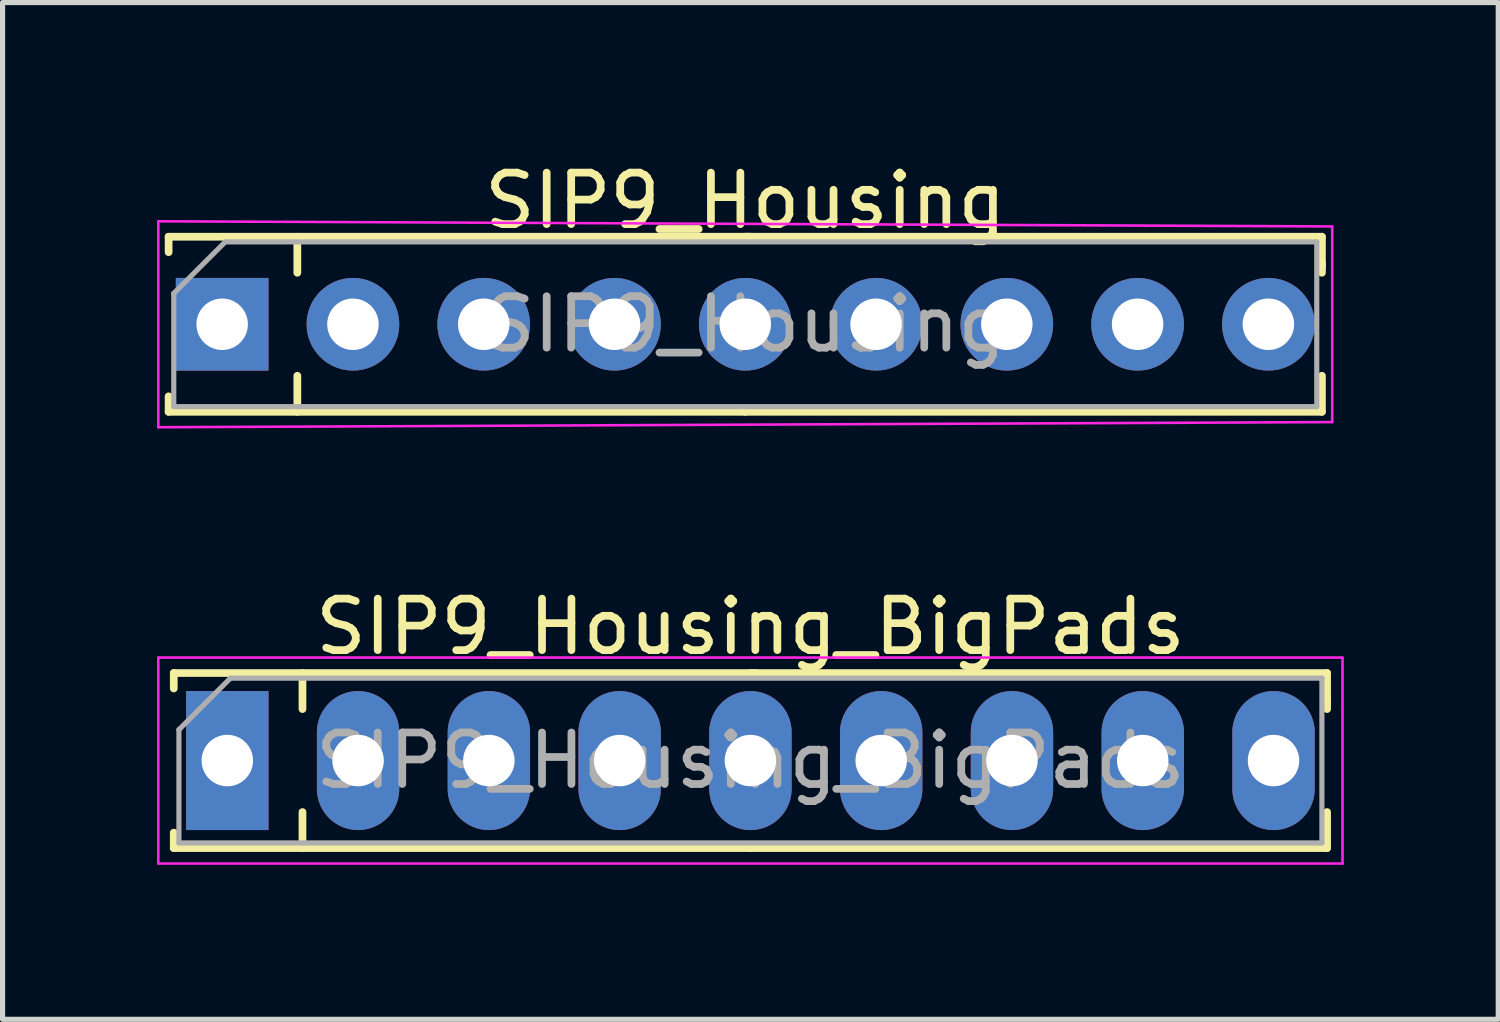
<source format=kicad_pcb>
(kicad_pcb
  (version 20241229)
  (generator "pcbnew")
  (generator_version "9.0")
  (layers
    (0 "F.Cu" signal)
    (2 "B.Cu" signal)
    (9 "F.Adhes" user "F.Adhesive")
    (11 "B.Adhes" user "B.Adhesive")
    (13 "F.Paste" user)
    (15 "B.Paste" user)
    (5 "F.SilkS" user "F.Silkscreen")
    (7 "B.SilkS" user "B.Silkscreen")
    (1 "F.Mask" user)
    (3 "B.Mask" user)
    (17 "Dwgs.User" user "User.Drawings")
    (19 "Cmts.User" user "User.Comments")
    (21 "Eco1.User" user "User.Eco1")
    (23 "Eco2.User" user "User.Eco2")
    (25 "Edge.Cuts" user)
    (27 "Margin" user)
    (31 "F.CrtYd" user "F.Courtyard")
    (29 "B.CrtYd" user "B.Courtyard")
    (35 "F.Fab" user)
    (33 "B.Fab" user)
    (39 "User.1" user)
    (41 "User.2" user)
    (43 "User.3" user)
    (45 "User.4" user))
  (footprint "SIP9_Housing_BigPads"
    (layer "F.Cu")
    (at 1.365 11.722)
    (property "Reference" "SIP9_Housing_BigPads" (at 10.16 -2.6 0) (layer "F.SilkS") (effects (font (size 1 1) (thickness 0.15))))
    (attr through_hole)
    (fp_line (start -1.04 -1.7) (end -1.04 -1.4) (stroke (width 0.15) (type solid)) (layer "F.SilkS"))
    (fp_line (start -1.04 1.7) (end -1.04 1.4) (stroke (width 0.15) (type solid)) (layer "F.SilkS"))
    (fp_line (start 1.46 -1.7) (end 1.46 -1) (stroke (width 0.15) (type solid)) (layer "F.SilkS"))
    (fp_line (start 1.46 1.7) (end 1.46 1) (stroke (width 0.15) (type solid)) (layer "F.SilkS"))
    (fp_line (start 10.16 -1.7) (end 21.36 -1.7) (stroke (width 0.15) (type solid)) (layer "F.SilkS"))
    (fp_line (start 10.16 1.7) (end -1.04 1.7) (stroke (width 0.15) (type solid)) (layer "F.SilkS"))
    (fp_line (start 10.16 1.7) (end 21.36 1.7) (stroke (width 0.15) (type solid)) (layer "F.SilkS"))
    (fp_line (start 10.26 -1.7) (end -1.04 -1.7) (stroke (width 0.15) (type solid)) (layer "F.SilkS"))
    (fp_line (start 21.36 -1.7) (end 21.36 -1.1) (stroke (width 0.15) (type solid)) (layer "F.SilkS"))
    (fp_line (start 21.36 -1.2) (end 21.36 -1) (stroke (width 0.15) (type solid)) (layer "F.SilkS"))
    (fp_line (start 21.36 1.7) (end 21.36 1) (stroke (width 0.15) (type solid)) (layer "F.SilkS"))
    (fp_line (start -1.34 -2) (end -1.34 2) (stroke (width 0.05) (type solid)) (layer "F.CrtYd"))
    (fp_line (start -1.34 2) (end 21.66 2) (stroke (width 0.05) (type solid)) (layer "F.CrtYd"))
    (fp_line (start 21.66 -2) (end -1.34 -2) (stroke (width 0.05) (type solid)) (layer "F.CrtYd"))
    (fp_line (start 21.66 2) (end 21.66 -2) (stroke (width 0.05) (type solid)) (layer "F.CrtYd"))
    (fp_line (start -0.94 -0.6) (end 0.06 -1.6) (stroke (width 0.1) (type solid)) (layer "F.Fab"))
    (fp_line (start -0.94 1.6) (end -0.94 -0.6) (stroke (width 0.1) (type solid)) (layer "F.Fab"))
    (fp_line (start 0.06 -1.6) (end 21.26 -1.6) (stroke (width 0.1) (type solid)) (layer "F.Fab"))
    (fp_line (start 21.26 -1.6) (end 21.26 1.6) (stroke (width 0.1) (type solid)) (layer "F.Fab"))
    (fp_line (start 21.26 1.6) (end -0.94 1.6) (stroke (width 0.1) (type solid)) (layer "F.Fab"))
    (fp_text user "${REFERENCE}" (at 10.16 0 0) (layer "F.Fab") (effects (font (size 1 1) (thickness 0.15))))
    (pad "1" thru_hole rect (at 0 0 90) (size 2.7 1.6) (drill 1) (layers "*.Cu" "*.Mask"))
    (pad "2" thru_hole oval (at 2.54 0 90) (size 2.7 1.6) (drill 1) (layers "*.Cu" "*.Mask"))
    (pad "3" thru_hole oval (at 5.08 0 90) (size 2.7 1.6) (drill 1) (layers "*.Cu" "*.Mask"))
    (pad "4" thru_hole oval (at 7.62 0 90) (size 2.7 1.6) (drill 1) (layers "*.Cu" "*.Mask"))
    (pad "5" thru_hole oval (at 10.16 0 90) (size 2.7 1.6) (drill 1) (layers "*.Cu" "*.Mask"))
    (pad "6" thru_hole oval (at 12.7 0 90) (size 2.7 1.6) (drill 1) (layers "*.Cu" "*.Mask"))
    (pad "7" thru_hole oval (at 15.24 0 90) (size 2.7 1.6) (drill 1) (layers "*.Cu" "*.Mask"))
    (pad "8" thru_hole oval (at 17.78 0 90) (size 2.7 1.6) (drill 1) (layers "*.Cu" "*.Mask"))
    (pad "9" thru_hole oval (at 20.32 0 90) (size 2.7 1.6) (drill 1) (layers "*.Cu" "*.Mask")))
  (footprint "SIP9_Housing"
    (layer "F.Cu")
    (at 1.265 3.248)
    (property "Reference" "SIP9_Housing" (at 10.16 -2.4 0) (layer "F.SilkS") (effects (font (size 1 1) (thickness 0.15))))
    (attr through_hole)
    (fp_line (start -1.04 -1.7) (end -1.04 -1.4) (stroke (width 0.15) (type solid)) (layer "F.SilkS"))
    (fp_line (start -1.04 1.7) (end -1.04 1.4) (stroke (width 0.15) (type solid)) (layer "F.SilkS"))
    (fp_line (start 1.46 -1.7) (end 1.46 -1) (stroke (width 0.15) (type solid)) (layer "F.SilkS"))
    (fp_line (start 1.46 1.7) (end 1.46 1) (stroke (width 0.15) (type solid)) (layer "F.SilkS"))
    (fp_line (start 10.16 -1.7) (end 21.36 -1.7) (stroke (width 0.15) (type solid)) (layer "F.SilkS"))
    (fp_line (start 10.16 1.7) (end -1.04 1.7) (stroke (width 0.15) (type solid)) (layer "F.SilkS"))
    (fp_line (start 10.16 1.7) (end 21.36 1.7) (stroke (width 0.15) (type solid)) (layer "F.SilkS"))
    (fp_line (start 10.26 -1.7) (end -1.04 -1.7) (stroke (width 0.15) (type solid)) (layer "F.SilkS"))
    (fp_line (start 21.36 -1.7) (end 21.36 -1.1) (stroke (width 0.15) (type solid)) (layer "F.SilkS"))
    (fp_line (start 21.36 -1.2) (end 21.36 -1) (stroke (width 0.15) (type solid)) (layer "F.SilkS"))
    (fp_line (start 21.36 1.7) (end 21.36 1) (stroke (width 0.15) (type solid)) (layer "F.SilkS"))
    (fp_line (start -1.24 -2) (end -1.24 2) (stroke (width 0.05) (type solid)) (layer "F.CrtYd"))
    (fp_line (start -1.24 2) (end 21.56 1.9) (stroke (width 0.05) (type solid)) (layer "F.CrtYd"))
    (fp_line (start 21.56 -1.9) (end -1.24 -2) (stroke (width 0.05) (type solid)) (layer "F.CrtYd"))
    (fp_line (start 21.56 1.9) (end 21.56 -1.9) (stroke (width 0.05) (type solid)) (layer "F.CrtYd"))
    (fp_line (start -0.94 -0.6) (end 0.06 -1.6) (stroke (width 0.1) (type solid)) (layer "F.Fab"))
    (fp_line (start -0.94 1.6) (end -0.94 -0.6) (stroke (width 0.1) (type solid)) (layer "F.Fab"))
    (fp_line (start 0.06 -1.6) (end 21.26 -1.6) (stroke (width 0.1) (type solid)) (layer "F.Fab"))
    (fp_line (start 21.26 -1.6) (end 21.26 1.6) (stroke (width 0.1) (type solid)) (layer "F.Fab"))
    (fp_line (start 21.26 1.6) (end -0.94 1.6) (stroke (width 0.1) (type solid)) (layer "F.Fab"))
    (fp_text user "${REFERENCE}" (at 10.16 0 0) (layer "F.Fab") (effects (font (size 1 1) (thickness 0.15))))
    (pad "1" thru_hole rect (at 0 0 90) (size 1.8 1.8) (drill 1) (layers "*.Cu" "*.Mask"))
    (pad "2" thru_hole circle (at 2.54 0 90) (size 1.8 1.8) (drill 1) (layers "*.Cu" "*.Mask"))
    (pad "3" thru_hole circle (at 5.08 0 90) (size 1.8 1.8) (drill 1) (layers "*.Cu" "*.Mask"))
    (pad "4" thru_hole circle (at 7.62 0 90) (size 1.8 1.8) (drill 1) (layers "*.Cu" "*.Mask"))
    (pad "5" thru_hole circle (at 10.16 0 90) (size 1.8 1.8) (drill 1) (layers "*.Cu" "*.Mask"))
    (pad "6" thru_hole circle (at 12.7 0 90) (size 1.8 1.8) (drill 1) (layers "*.Cu" "*.Mask"))
    (pad "7" thru_hole circle (at 15.24 0 90) (size 1.8 1.8) (drill 1) (layers "*.Cu" "*.Mask"))
    (pad "8" thru_hole circle (at 17.78 0 90) (size 1.8 1.8) (drill 1) (layers "*.Cu" "*.Mask"))
    (pad "9" thru_hole circle (at 20.32 0 90) (size 1.8 1.8) (drill 1) (layers "*.Cu" "*.Mask")))
  (gr_rect
    (start -3 -3)
    (end 26.05 16.747)
    (stroke (width 0.1) (type default))
    (fill no)
    (layer "Edge.Cuts")))
</source>
